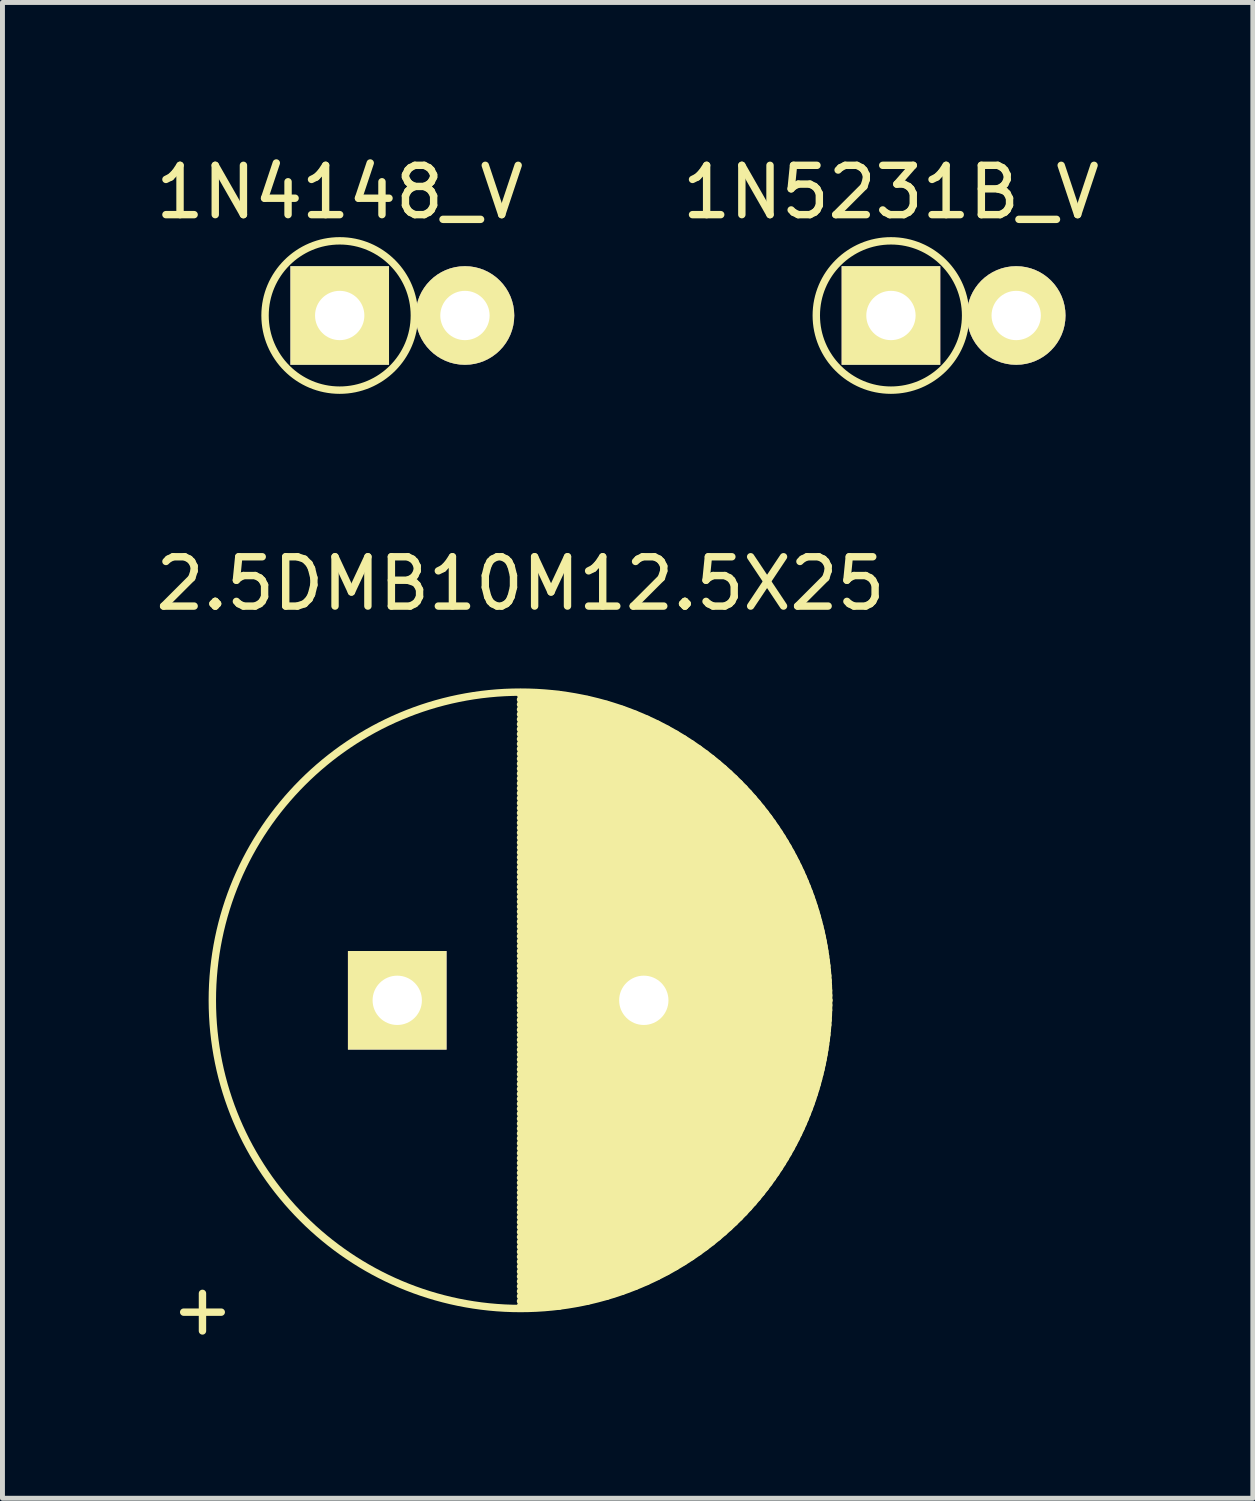
<source format=kicad_pcb>
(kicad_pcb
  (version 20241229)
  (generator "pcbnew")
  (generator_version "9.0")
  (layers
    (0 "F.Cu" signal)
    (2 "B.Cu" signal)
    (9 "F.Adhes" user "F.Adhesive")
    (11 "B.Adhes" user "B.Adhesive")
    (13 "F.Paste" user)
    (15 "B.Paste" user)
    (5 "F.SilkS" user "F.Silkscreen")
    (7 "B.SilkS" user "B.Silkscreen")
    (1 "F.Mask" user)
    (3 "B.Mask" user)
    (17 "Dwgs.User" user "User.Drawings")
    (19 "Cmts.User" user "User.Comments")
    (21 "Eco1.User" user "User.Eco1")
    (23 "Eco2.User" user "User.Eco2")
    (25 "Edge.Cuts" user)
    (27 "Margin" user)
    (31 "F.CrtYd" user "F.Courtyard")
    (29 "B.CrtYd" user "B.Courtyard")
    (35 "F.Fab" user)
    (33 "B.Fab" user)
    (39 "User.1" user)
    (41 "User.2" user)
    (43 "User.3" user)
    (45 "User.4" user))
  (footprint "1N5231B_V"
    (layer "F.Cu")
    (at 15.018 3.348)
    (property "Reference" "1N5231B_V" (at 0 -2.5 0) (layer "F.SilkS") (effects (font (size 1 1) (thickness 0.15))))
    (attr through_hole)
    (fp_circle (center 0 0) (end 0 -1.514) (stroke (width 0.15) (type solid)) (fill no) (layer "F.SilkS"))
    (pad "1" thru_hole rect (at 0 0) (size 2 2) (drill 1) (layers "*.Cu" "*.Mask" "F.SilkS"))
    (pad "2" thru_hole circle (at 2.54 0) (size 2 2) (drill 1) (layers "*.Cu" "*.Mask" "F.SilkS")))
  (footprint "1N4148_V"
    (layer "F.Cu")
    (at 3.839 3.348)
    (property "Reference" "1N4148_V" (at 0 -2.5 0) (layer "F.SilkS") (effects (font (size 1 1) (thickness 0.15))))
    (attr through_hole)
    (fp_circle (center 0 0) (end 0 -1.514) (stroke (width 0.15) (type solid)) (fill no) (layer "F.SilkS"))
    (pad "1" thru_hole rect (at 0 0) (size 2 2) (drill 1) (layers "*.Cu" "*.Mask" "F.SilkS"))
    (pad "2" thru_hole circle (at 2.54 0) (size 2 2) (drill 1) (layers "*.Cu" "*.Mask" "F.SilkS")))
  (footprint "2.5DMB10M12.5X25"
    (layer "F.Cu")
    (at 5.006 17.236)
    (property "Reference" "2.5DMB10M12.5X25" (at 2.5 -8.45 0) (layer "F.SilkS") (effects (font (size 1 1) (thickness 0.15))))
    (attr through_hole)
    (fp_line (start 2.5 -6.2) (end 3.289 -6.2) (stroke (width 0.15) (type solid)) (layer "F.SilkS"))
    (fp_line (start 2.5 -6.1) (end 3.861 -6.1) (stroke (width 0.15) (type solid)) (layer "F.SilkS"))
    (fp_line (start 2.5 -6) (end 4.25 -6) (stroke (width 0.15) (type solid)) (layer "F.SilkS"))
    (fp_line (start 2.5 -5.9) (end 4.562 -5.9) (stroke (width 0.15) (type solid)) (layer "F.SilkS"))
    (fp_line (start 2.5 -5.8) (end 4.829 -5.8) (stroke (width 0.15) (type solid)) (layer "F.SilkS"))
    (fp_line (start 2.5 -5.7) (end 5.064 -5.7) (stroke (width 0.15) (type solid)) (layer "F.SilkS"))
    (fp_line (start 2.5 -5.6) (end 5.275 -5.6) (stroke (width 0.15) (type solid)) (layer "F.SilkS"))
    (fp_line (start 2.5 -5.5) (end 5.469 -5.5) (stroke (width 0.15) (type solid)) (layer "F.SilkS"))
    (fp_line (start 2.5 -5.4) (end 5.647 -5.4) (stroke (width 0.15) (type solid)) (layer "F.SilkS"))
    (fp_line (start 2.5 -5.3) (end 5.812 -5.3) (stroke (width 0.15) (type solid)) (layer "F.SilkS"))
    (fp_line (start 2.5 -5.2) (end 5.967 -5.2) (stroke (width 0.15) (type solid)) (layer "F.SilkS"))
    (fp_line (start 2.5 -5.1) (end 6.113 -5.1) (stroke (width 0.15) (type solid)) (layer "F.SilkS"))
    (fp_line (start 2.5 -5) (end 6.25 -5) (stroke (width 0.15) (type solid)) (layer "F.SilkS"))
    (fp_line (start 2.5 -4.9) (end 6.38 -4.9) (stroke (width 0.15) (type solid)) (layer "F.SilkS"))
    (fp_line (start 2.5 -4.8) (end 6.503 -4.8) (stroke (width 0.15) (type solid)) (layer "F.SilkS"))
    (fp_line (start 2.5 -4.7) (end 6.62 -4.7) (stroke (width 0.15) (type solid)) (layer "F.SilkS"))
    (fp_line (start 2.5 -4.6) (end 6.731 -4.6) (stroke (width 0.15) (type solid)) (layer "F.SilkS"))
    (fp_line (start 2.5 -4.5) (end 6.837 -4.5) (stroke (width 0.15) (type solid)) (layer "F.SilkS"))
    (fp_line (start 2.5 -4.4) (end 6.939 -4.4) (stroke (width 0.15) (type solid)) (layer "F.SilkS"))
    (fp_line (start 2.5 -4.3) (end 7.036 -4.3) (stroke (width 0.15) (type solid)) (layer "F.SilkS"))
    (fp_line (start 2.5 -4.2) (end 7.128 -4.2) (stroke (width 0.15) (type solid)) (layer "F.SilkS"))
    (fp_line (start 2.5 -4.1) (end 7.217 -4.1) (stroke (width 0.15) (type solid)) (layer "F.SilkS"))
    (fp_line (start 2.5 -4) (end 7.302 -4) (stroke (width 0.15) (type solid)) (layer "F.SilkS"))
    (fp_line (start 2.5 -3.9) (end 7.384 -3.9) (stroke (width 0.15) (type solid)) (layer "F.SilkS"))
    (fp_line (start 2.5 -3.8) (end 7.462 -3.8) (stroke (width 0.15) (type solid)) (layer "F.SilkS"))
    (fp_line (start 2.5 -3.7) (end 7.537 -3.7) (stroke (width 0.15) (type solid)) (layer "F.SilkS"))
    (fp_line (start 2.5 -3.6) (end 7.609 -3.6) (stroke (width 0.15) (type solid)) (layer "F.SilkS"))
    (fp_line (start 2.5 -3.5) (end 7.678 -3.5) (stroke (width 0.15) (type solid)) (layer "F.SilkS"))
    (fp_line (start 2.5 -3.4) (end 7.744 -3.4) (stroke (width 0.15) (type solid)) (layer "F.SilkS"))
    (fp_line (start 2.5 -3.3) (end 7.808 -3.3) (stroke (width 0.15) (type solid)) (layer "F.SilkS"))
    (fp_line (start 2.5 -3.2) (end 7.869 -3.2) (stroke (width 0.15) (type solid)) (layer "F.SilkS"))
    (fp_line (start 2.5 -3.1) (end 7.927 -3.1) (stroke (width 0.15) (type solid)) (layer "F.SilkS"))
    (fp_line (start 2.5 -3) (end 7.983 -3) (stroke (width 0.15) (type solid)) (layer "F.SilkS"))
    (fp_line (start 2.5 -2.9) (end 8.036 -2.9) (stroke (width 0.15) (type solid)) (layer "F.SilkS"))
    (fp_line (start 2.5 -2.8) (end 8.088 -2.8) (stroke (width 0.15) (type solid)) (layer "F.SilkS"))
    (fp_line (start 2.5 -2.7) (end 8.137 -2.7) (stroke (width 0.15) (type solid)) (layer "F.SilkS"))
    (fp_line (start 2.5 -2.6) (end 8.184 -2.6) (stroke (width 0.15) (type solid)) (layer "F.SilkS"))
    (fp_line (start 2.5 -2.5) (end 8.228 -2.5) (stroke (width 0.15) (type solid)) (layer "F.SilkS"))
    (fp_line (start 2.5 -2.4) (end 8.271 -2.4) (stroke (width 0.15) (type solid)) (layer "F.SilkS"))
    (fp_line (start 2.5 -2.3) (end 8.311 -2.3) (stroke (width 0.15) (type solid)) (layer "F.SilkS"))
    (fp_line (start 2.5 -2.2) (end 8.35 -2.2) (stroke (width 0.15) (type solid)) (layer "F.SilkS"))
    (fp_line (start 2.5 -2.1) (end 8.387 -2.1) (stroke (width 0.15) (type solid)) (layer "F.SilkS"))
    (fp_line (start 2.5 -2) (end 8.421 -2) (stroke (width 0.15) (type solid)) (layer "F.SilkS"))
    (fp_line (start 2.5 -1.9) (end 8.454 -1.9) (stroke (width 0.15) (type solid)) (layer "F.SilkS"))
    (fp_line (start 2.5 -1.8) (end 8.485 -1.8) (stroke (width 0.15) (type solid)) (layer "F.SilkS"))
    (fp_line (start 2.5 -1.7) (end 8.514 -1.7) (stroke (width 0.15) (type solid)) (layer "F.SilkS"))
    (fp_line (start 2.5 -1.6) (end 8.542 -1.6) (stroke (width 0.15) (type solid)) (layer "F.SilkS"))
    (fp_line (start 2.5 -1.5) (end 8.567 -1.5) (stroke (width 0.15) (type solid)) (layer "F.SilkS"))
    (fp_line (start 2.5 -1.4) (end 8.591 -1.4) (stroke (width 0.15) (type solid)) (layer "F.SilkS"))
    (fp_line (start 2.5 -1.3) (end 8.613 -1.3) (stroke (width 0.15) (type solid)) (layer "F.SilkS"))
    (fp_line (start 2.5 -1.2) (end 8.634 -1.2) (stroke (width 0.15) (type solid)) (layer "F.SilkS"))
    (fp_line (start 2.5 -1.1) (end 8.652 -1.1) (stroke (width 0.15) (type solid)) (layer "F.SilkS"))
    (fp_line (start 2.5 -1) (end 8.669 -1) (stroke (width 0.15) (type solid)) (layer "F.SilkS"))
    (fp_line (start 2.5 -0.9) (end 8.685 -0.9) (stroke (width 0.15) (type solid)) (layer "F.SilkS"))
    (fp_line (start 2.5 -0.8) (end 8.699 -0.8) (stroke (width 0.15) (type solid)) (layer "F.SilkS"))
    (fp_line (start 2.5 -0.7) (end 8.711 -0.7) (stroke (width 0.15) (type solid)) (layer "F.SilkS"))
    (fp_line (start 2.5 -0.6) (end 8.721 -0.6) (stroke (width 0.15) (type solid)) (layer "F.SilkS"))
    (fp_line (start 2.5 -0.5) (end 8.73 -0.5) (stroke (width 0.15) (type solid)) (layer "F.SilkS"))
    (fp_line (start 2.5 -0.4) (end 8.737 -0.4) (stroke (width 0.15) (type solid)) (layer "F.SilkS"))
    (fp_line (start 2.5 -0.3) (end 8.743 -0.3) (stroke (width 0.15) (type solid)) (layer "F.SilkS"))
    (fp_line (start 2.5 -0.2) (end 8.747 -0.2) (stroke (width 0.15) (type solid)) (layer "F.SilkS"))
    (fp_line (start 2.5 -0.1) (end 8.749 -0.1) (stroke (width 0.15) (type solid)) (layer "F.SilkS"))
    (fp_line (start 2.5 0) (end 8.75 0) (stroke (width 0.15) (type solid)) (layer "F.SilkS"))
    (fp_line (start 2.5 0) (end 8.75 0) (stroke (width 0.15) (type solid)) (layer "F.SilkS"))
    (fp_line (start 2.5 0.1) (end 8.749 0.1) (stroke (width 0.15) (type solid)) (layer "F.SilkS"))
    (fp_line (start 2.5 0.2) (end 8.747 0.2) (stroke (width 0.15) (type solid)) (layer "F.SilkS"))
    (fp_line (start 2.5 0.3) (end 8.743 0.3) (stroke (width 0.15) (type solid)) (layer "F.SilkS"))
    (fp_line (start 2.5 0.4) (end 8.737 0.4) (stroke (width 0.15) (type solid)) (layer "F.SilkS"))
    (fp_line (start 2.5 0.5) (end 8.73 0.5) (stroke (width 0.15) (type solid)) (layer "F.SilkS"))
    (fp_line (start 2.5 0.6) (end 8.721 0.6) (stroke (width 0.15) (type solid)) (layer "F.SilkS"))
    (fp_line (start 2.5 0.7) (end 8.711 0.7) (stroke (width 0.15) (type solid)) (layer "F.SilkS"))
    (fp_line (start 2.5 0.8) (end 8.699 0.8) (stroke (width 0.15) (type solid)) (layer "F.SilkS"))
    (fp_line (start 2.5 0.9) (end 8.685 0.9) (stroke (width 0.15) (type solid)) (layer "F.SilkS"))
    (fp_line (start 2.5 1) (end 8.669 1) (stroke (width 0.15) (type solid)) (layer "F.SilkS"))
    (fp_line (start 2.5 1.1) (end 8.652 1.1) (stroke (width 0.15) (type solid)) (layer "F.SilkS"))
    (fp_line (start 2.5 1.2) (end 8.634 1.2) (stroke (width 0.15) (type solid)) (layer "F.SilkS"))
    (fp_line (start 2.5 1.3) (end 8.613 1.3) (stroke (width 0.15) (type solid)) (layer "F.SilkS"))
    (fp_line (start 2.5 1.4) (end 8.591 1.4) (stroke (width 0.15) (type solid)) (layer "F.SilkS"))
    (fp_line (start 2.5 1.5) (end 8.567 1.5) (stroke (width 0.15) (type solid)) (layer "F.SilkS"))
    (fp_line (start 2.5 1.6) (end 8.542 1.6) (stroke (width 0.15) (type solid)) (layer "F.SilkS"))
    (fp_line (start 2.5 1.7) (end 8.514 1.7) (stroke (width 0.15) (type solid)) (layer "F.SilkS"))
    (fp_line (start 2.5 1.8) (end 8.485 1.8) (stroke (width 0.15) (type solid)) (layer "F.SilkS"))
    (fp_line (start 2.5 1.9) (end 8.454 1.9) (stroke (width 0.15) (type solid)) (layer "F.SilkS"))
    (fp_line (start 2.5 2) (end 8.421 2) (stroke (width 0.15) (type solid)) (layer "F.SilkS"))
    (fp_line (start 2.5 2.1) (end 8.387 2.1) (stroke (width 0.15) (type solid)) (layer "F.SilkS"))
    (fp_line (start 2.5 2.2) (end 8.35 2.2) (stroke (width 0.15) (type solid)) (layer "F.SilkS"))
    (fp_line (start 2.5 2.3) (end 8.311 2.3) (stroke (width 0.15) (type solid)) (layer "F.SilkS"))
    (fp_line (start 2.5 2.4) (end 8.271 2.4) (stroke (width 0.15) (type solid)) (layer "F.SilkS"))
    (fp_line (start 2.5 2.5) (end 8.228 2.5) (stroke (width 0.15) (type solid)) (layer "F.SilkS"))
    (fp_line (start 2.5 2.6) (end 8.184 2.6) (stroke (width 0.15) (type solid)) (layer "F.SilkS"))
    (fp_line (start 2.5 2.7) (end 8.137 2.7) (stroke (width 0.15) (type solid)) (layer "F.SilkS"))
    (fp_line (start 2.5 2.8) (end 8.088 2.8) (stroke (width 0.15) (type solid)) (layer "F.SilkS"))
    (fp_line (start 2.5 2.9) (end 8.036 2.9) (stroke (width 0.15) (type solid)) (layer "F.SilkS"))
    (fp_line (start 2.5 3) (end 7.983 3) (stroke (width 0.15) (type solid)) (layer "F.SilkS"))
    (fp_line (start 2.5 3.1) (end 7.927 3.1) (stroke (width 0.15) (type solid)) (layer "F.SilkS"))
    (fp_line (start 2.5 3.2) (end 7.869 3.2) (stroke (width 0.15) (type solid)) (layer "F.SilkS"))
    (fp_line (start 2.5 3.3) (end 7.808 3.3) (stroke (width 0.15) (type solid)) (layer "F.SilkS"))
    (fp_line (start 2.5 3.4) (end 7.744 3.4) (stroke (width 0.15) (type solid)) (layer "F.SilkS"))
    (fp_line (start 2.5 3.5) (end 7.678 3.5) (stroke (width 0.15) (type solid)) (layer "F.SilkS"))
    (fp_line (start 2.5 3.6) (end 7.609 3.6) (stroke (width 0.15) (type solid)) (layer "F.SilkS"))
    (fp_line (start 2.5 3.7) (end 7.537 3.7) (stroke (width 0.15) (type solid)) (layer "F.SilkS"))
    (fp_line (start 2.5 3.8) (end 7.462 3.8) (stroke (width 0.15) (type solid)) (layer "F.SilkS"))
    (fp_line (start 2.5 3.9) (end 7.384 3.9) (stroke (width 0.15) (type solid)) (layer "F.SilkS"))
    (fp_line (start 2.5 4) (end 7.302 4) (stroke (width 0.15) (type solid)) (layer "F.SilkS"))
    (fp_line (start 2.5 4.1) (end 7.217 4.1) (stroke (width 0.15) (type solid)) (layer "F.SilkS"))
    (fp_line (start 2.5 4.2) (end 7.128 4.2) (stroke (width 0.15) (type solid)) (layer "F.SilkS"))
    (fp_line (start 2.5 4.3) (end 7.036 4.3) (stroke (width 0.15) (type solid)) (layer "F.SilkS"))
    (fp_line (start 2.5 4.4) (end 6.939 4.4) (stroke (width 0.15) (type solid)) (layer "F.SilkS"))
    (fp_line (start 2.5 4.5) (end 6.837 4.5) (stroke (width 0.15) (type solid)) (layer "F.SilkS"))
    (fp_line (start 2.5 4.6) (end 6.731 4.6) (stroke (width 0.15) (type solid)) (layer "F.SilkS"))
    (fp_line (start 2.5 4.7) (end 6.62 4.7) (stroke (width 0.15) (type solid)) (layer "F.SilkS"))
    (fp_line (start 2.5 4.8) (end 6.503 4.8) (stroke (width 0.15) (type solid)) (layer "F.SilkS"))
    (fp_line (start 2.5 4.9) (end 6.38 4.9) (stroke (width 0.15) (type solid)) (layer "F.SilkS"))
    (fp_line (start 2.5 5) (end 6.25 5) (stroke (width 0.15) (type solid)) (layer "F.SilkS"))
    (fp_line (start 2.5 5.1) (end 6.113 5.1) (stroke (width 0.15) (type solid)) (layer "F.SilkS"))
    (fp_line (start 2.5 5.2) (end 5.967 5.2) (stroke (width 0.15) (type solid)) (layer "F.SilkS"))
    (fp_line (start 2.5 5.3) (end 5.812 5.3) (stroke (width 0.15) (type solid)) (layer "F.SilkS"))
    (fp_line (start 2.5 5.4) (end 5.647 5.4) (stroke (width 0.15) (type solid)) (layer "F.SilkS"))
    (fp_line (start 2.5 5.5) (end 5.469 5.5) (stroke (width 0.15) (type solid)) (layer "F.SilkS"))
    (fp_line (start 2.5 5.6) (end 5.275 5.6) (stroke (width 0.15) (type solid)) (layer "F.SilkS"))
    (fp_line (start 2.5 5.7) (end 5.064 5.7) (stroke (width 0.15) (type solid)) (layer "F.SilkS"))
    (fp_line (start 2.5 5.8) (end 4.829 5.8) (stroke (width 0.15) (type solid)) (layer "F.SilkS"))
    (fp_line (start 2.5 5.9) (end 4.562 5.9) (stroke (width 0.15) (type solid)) (layer "F.SilkS"))
    (fp_line (start 2.5 6) (end 4.25 6) (stroke (width 0.15) (type solid)) (layer "F.SilkS"))
    (fp_line (start 2.5 6.1) (end 3.861 6.1) (stroke (width 0.15) (type solid)) (layer "F.SilkS"))
    (fp_line (start 2.5 6.2) (end 3.289 6.2) (stroke (width 0.15) (type solid)) (layer "F.SilkS"))
    (fp_circle (center 2.5 0) (end 2.5 -6.25) (stroke (width 0.15) (type solid)) (fill no) (layer "F.SilkS"))
    (fp_text user "+" (at -3.95 6.25 0) (layer "F.SilkS") (effects (font (size 1 1) (thickness 0.15))))
    (pad "1" thru_hole rect (at 0 0) (size 2 2) (drill 1) (layers "*.Cu" "*.Mask" "F.SilkS"))
    (pad "2" thru_hole circle (at 5 0) (size 2 2) (drill 1) (layers "*.Cu" "*.Mask" "F.SilkS")))
  (gr_rect
    (start -3 -3)
    (end 22.357 27.334)
    (stroke (width 0.1) (type default))
    (fill no)
    (layer "Edge.Cuts")))
</source>
